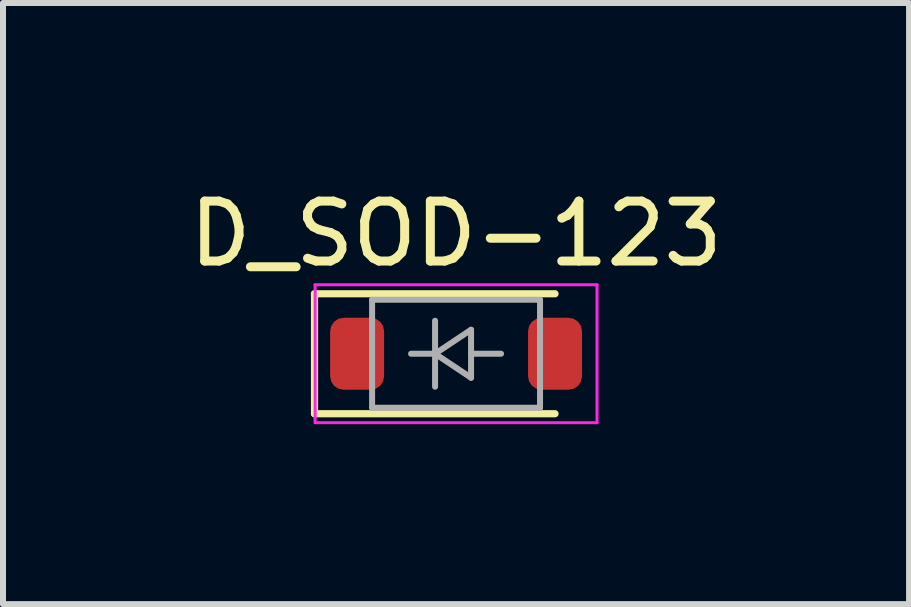
<source format=kicad_pcb>
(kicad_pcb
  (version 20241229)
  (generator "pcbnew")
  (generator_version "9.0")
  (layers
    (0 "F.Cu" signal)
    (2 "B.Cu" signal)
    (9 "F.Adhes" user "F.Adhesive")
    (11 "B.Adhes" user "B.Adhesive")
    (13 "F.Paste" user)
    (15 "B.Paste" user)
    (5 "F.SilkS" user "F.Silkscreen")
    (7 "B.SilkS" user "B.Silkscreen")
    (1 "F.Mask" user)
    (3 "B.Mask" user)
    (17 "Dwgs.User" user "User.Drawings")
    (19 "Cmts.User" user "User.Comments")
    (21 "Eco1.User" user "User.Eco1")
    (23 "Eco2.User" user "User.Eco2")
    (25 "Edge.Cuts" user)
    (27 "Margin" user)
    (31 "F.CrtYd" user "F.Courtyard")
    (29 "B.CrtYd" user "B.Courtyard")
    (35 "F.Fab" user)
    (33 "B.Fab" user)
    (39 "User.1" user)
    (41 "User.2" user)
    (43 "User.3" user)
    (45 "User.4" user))
  (footprint "D_SOD-123"
    (layer "F.Cu")
    (at 4.554 2.848)
    (property "Reference" "D_SOD-123" (at 0 -2 0) (layer "F.SilkS") (effects (font (size 1 1) (thickness 0.15))))
    (attr smd)
    (fp_line (start -2.36 -1) (end -2.36 1) (stroke (width 0.12) (type solid)) (layer "F.SilkS"))
    (fp_line (start -2.36 -1) (end 1.65 -1) (stroke (width 0.12) (type solid)) (layer "F.SilkS"))
    (fp_line (start -2.36 1) (end 1.65 1) (stroke (width 0.12) (type solid)) (layer "F.SilkS"))
    (fp_line (start -2.35 -1.15) (end -2.35 1.15) (stroke (width 0.05) (type solid)) (layer "F.CrtYd"))
    (fp_line (start -2.35 -1.15) (end 2.35 -1.15) (stroke (width 0.05) (type solid)) (layer "F.CrtYd"))
    (fp_line (start 2.35 -1.15) (end 2.35 1.15) (stroke (width 0.05) (type solid)) (layer "F.CrtYd"))
    (fp_line (start 2.35 1.15) (end -2.35 1.15) (stroke (width 0.05) (type solid)) (layer "F.CrtYd"))
    (fp_line (start -1.4 -0.9) (end 1.4 -0.9) (stroke (width 0.1) (type solid)) (layer "F.Fab"))
    (fp_line (start -1.4 0.9) (end -1.4 -0.9) (stroke (width 0.1) (type solid)) (layer "F.Fab"))
    (fp_line (start -0.75 0) (end -0.35 0) (stroke (width 0.1) (type solid)) (layer "F.Fab"))
    (fp_line (start -0.35 0) (end -0.35 -0.55) (stroke (width 0.1) (type solid)) (layer "F.Fab"))
    (fp_line (start -0.35 0) (end -0.35 0.55) (stroke (width 0.1) (type solid)) (layer "F.Fab"))
    (fp_line (start -0.35 0) (end 0.25 -0.4) (stroke (width 0.1) (type solid)) (layer "F.Fab"))
    (fp_line (start 0.25 -0.4) (end 0.25 0.4) (stroke (width 0.1) (type solid)) (layer "F.Fab"))
    (fp_line (start 0.25 0) (end 0.75 0) (stroke (width 0.1) (type solid)) (layer "F.Fab"))
    (fp_line (start 0.25 0.4) (end -0.35 0) (stroke (width 0.1) (type solid)) (layer "F.Fab"))
    (fp_line (start 1.4 -0.9) (end 1.4 0.9) (stroke (width 0.1) (type solid)) (layer "F.Fab"))
    (fp_line (start 1.4 0.9) (end -1.4 0.9) (stroke (width 0.1) (type solid)) (layer "F.Fab"))
    (pad "1" smd roundrect (at -1.65 0) (size 0.9 1.2) (layers "F.Cu" "F.Mask" "F.Paste") (roundrect_rratio 0.25))
    (pad "2" smd roundrect (at 1.65 0) (size 0.9 1.2) (layers "F.Cu" "F.Mask" "F.Paste") (roundrect_rratio 0.25)))
  (gr_rect
    (start -3 -3)
    (end 12.107 7.023)
    (stroke (width 0.1) (type default))
    (fill no)
    (layer "Edge.Cuts")))
</source>
